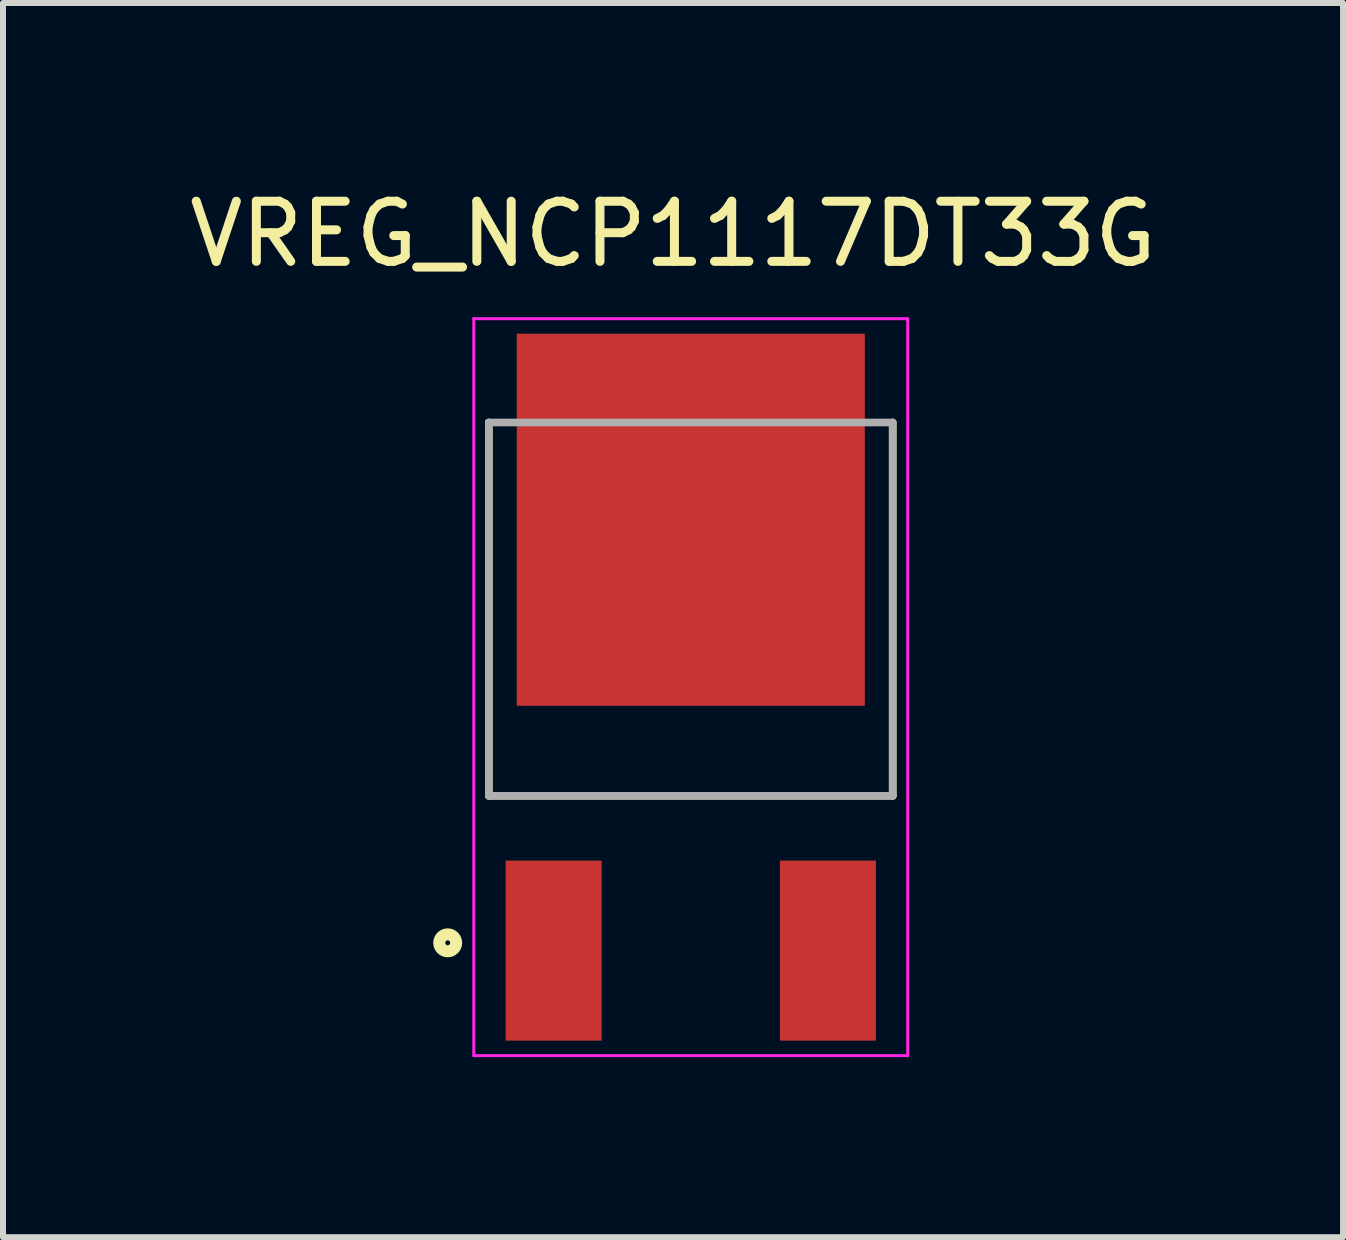
<source format=kicad_pcb>
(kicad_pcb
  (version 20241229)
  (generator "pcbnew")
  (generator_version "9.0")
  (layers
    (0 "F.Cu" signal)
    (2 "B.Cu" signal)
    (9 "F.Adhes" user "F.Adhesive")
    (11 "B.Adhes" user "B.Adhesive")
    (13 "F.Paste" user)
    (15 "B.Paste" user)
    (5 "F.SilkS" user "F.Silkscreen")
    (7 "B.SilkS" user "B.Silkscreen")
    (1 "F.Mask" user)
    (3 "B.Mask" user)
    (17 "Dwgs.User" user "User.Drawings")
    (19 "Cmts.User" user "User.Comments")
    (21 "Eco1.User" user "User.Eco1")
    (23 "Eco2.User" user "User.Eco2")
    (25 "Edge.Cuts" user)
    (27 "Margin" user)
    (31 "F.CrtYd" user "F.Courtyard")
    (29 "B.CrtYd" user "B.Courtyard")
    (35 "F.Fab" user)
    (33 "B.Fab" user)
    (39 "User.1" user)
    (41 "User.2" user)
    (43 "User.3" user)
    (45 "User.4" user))
  (footprint "VREG_NCP1117DT33G"
    (layer "F.Cu")
    (at 8.46 8.71)
    (property "Reference" "VREG_NCP1117DT33G" (at -0.296 -7.861 0) (layer "F.SilkS") (effects (font (size 1.002 1.002) (thickness 0.15))))
    (attr through_hole)
    (fp_line (start -3.365 -4.72) (end -3.365 1.5) (stroke (width 0.127) (type solid)) (layer "F.SilkS"))
    (fp_line (start -3.365 1.5) (end 3.365 1.5) (stroke (width 0.127) (type solid)) (layer "F.SilkS"))
    (fp_line (start 3.365 1.5) (end 3.365 -4.72) (stroke (width 0.127) (type solid)) (layer "F.SilkS"))
    (fp_circle (center -4.05 3.95) (end -3.909 3.95) (stroke (width 0.2) (type solid)) (fill no) (layer "F.SilkS"))
    (fp_line (start -3.615 -6.45) (end 3.615 -6.45) (stroke (width 0.05) (type solid)) (layer "F.CrtYd"))
    (fp_line (start -3.615 5.83) (end -3.615 -6.45) (stroke (width 0.05) (type solid)) (layer "F.CrtYd"))
    (fp_line (start 3.615 -6.45) (end 3.615 5.83) (stroke (width 0.05) (type solid)) (layer "F.CrtYd"))
    (fp_line (start 3.615 5.83) (end -3.615 5.83) (stroke (width 0.05) (type solid)) (layer "F.CrtYd"))
    (fp_line (start -3.365 -4.72) (end -3.365 1.5) (stroke (width 0.127) (type solid)) (layer "F.Fab"))
    (fp_line (start -3.365 -4.72) (end 3.365 -4.72) (stroke (width 0.127) (type solid)) (layer "F.Fab"))
    (fp_line (start -3.365 1.5) (end 3.365 1.5) (stroke (width 0.127) (type solid)) (layer "F.Fab"))
    (fp_line (start 3.365 1.5) (end 3.365 -4.72) (stroke (width 0.127) (type solid)) (layer "F.Fab"))
    (pad "1" smd rect (at -2.285 4.08) (size 1.6 3) (layers "F.Cu" "F.Mask" "F.Paste"))
    (pad "3" smd rect (at 2.285 4.08) (size 1.6 3) (layers "F.Cu" "F.Mask" "F.Paste"))
    (pad "4" smd rect (at 0 -3.1) (size 5.8 6.2) (layers "F.Cu" "F.Mask" "F.Paste")))
  (gr_rect
    (start -3 -3)
    (end 19.329 17.565)
    (stroke (width 0.1) (type default))
    (fill no)
    (layer "Edge.Cuts")))
</source>
